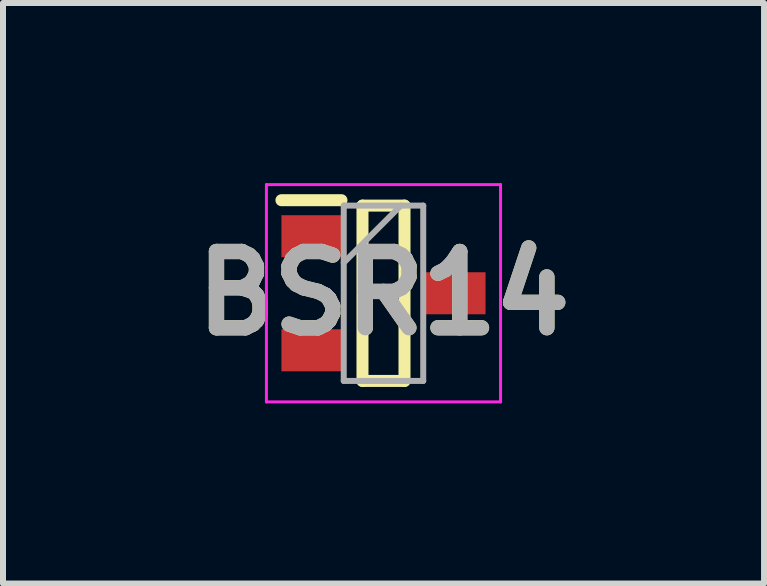
<source format=kicad_pcb>
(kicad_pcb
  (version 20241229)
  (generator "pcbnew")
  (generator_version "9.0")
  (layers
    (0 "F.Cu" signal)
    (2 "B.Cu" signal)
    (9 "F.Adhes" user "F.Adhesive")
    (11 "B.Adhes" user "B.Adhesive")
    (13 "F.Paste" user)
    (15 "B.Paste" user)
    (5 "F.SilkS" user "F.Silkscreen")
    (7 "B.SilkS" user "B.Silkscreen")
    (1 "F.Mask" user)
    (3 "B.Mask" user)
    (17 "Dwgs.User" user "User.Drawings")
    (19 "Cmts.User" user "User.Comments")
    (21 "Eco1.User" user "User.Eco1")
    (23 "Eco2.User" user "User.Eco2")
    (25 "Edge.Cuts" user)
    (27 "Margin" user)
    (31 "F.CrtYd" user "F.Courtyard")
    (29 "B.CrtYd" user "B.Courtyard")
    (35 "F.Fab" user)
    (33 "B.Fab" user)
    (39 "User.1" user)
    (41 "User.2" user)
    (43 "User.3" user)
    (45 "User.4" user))
  (footprint "BSR14"
    (layer "F.Cu")
    (at 3.338 1.835)
    (property "Reference" "BSR14" (at 0 0 0) (layer "F.SilkS") (effects (font (size 1.27 1.27) (thickness 0.254))))
    (attr smd)
    (fp_line (start -1.7 -1.55) (end -0.7 -1.55) (stroke (width 0.2) (type solid)) (layer "F.SilkS"))
    (fp_line (start -0.35 -1.46) (end 0.35 -1.46) (stroke (width 0.2) (type solid)) (layer "F.SilkS"))
    (fp_line (start -0.35 1.46) (end -0.35 -1.46) (stroke (width 0.2) (type solid)) (layer "F.SilkS"))
    (fp_line (start 0.35 -1.46) (end 0.35 1.46) (stroke (width 0.2) (type solid)) (layer "F.SilkS"))
    (fp_line (start 0.35 1.46) (end -0.35 1.46) (stroke (width 0.2) (type solid)) (layer "F.SilkS"))
    (fp_line (start -1.95 -1.81) (end 1.95 -1.81) (stroke (width 0.05) (type solid)) (layer "F.CrtYd"))
    (fp_line (start -1.95 1.81) (end -1.95 -1.81) (stroke (width 0.05) (type solid)) (layer "F.CrtYd"))
    (fp_line (start 1.95 -1.81) (end 1.95 1.81) (stroke (width 0.05) (type solid)) (layer "F.CrtYd"))
    (fp_line (start 1.95 1.81) (end -1.95 1.81) (stroke (width 0.05) (type solid)) (layer "F.CrtYd"))
    (fp_line (start -0.662 -1.46) (end 0.662 -1.46) (stroke (width 0.1) (type solid)) (layer "F.Fab"))
    (fp_line (start -0.662 -0.51) (end 0.288 -1.46) (stroke (width 0.1) (type solid)) (layer "F.Fab"))
    (fp_line (start -0.662 1.46) (end -0.662 -1.46) (stroke (width 0.1) (type solid)) (layer "F.Fab"))
    (fp_line (start 0.662 -1.46) (end 0.662 1.46) (stroke (width 0.1) (type solid)) (layer "F.Fab"))
    (fp_line (start 0.662 1.46) (end -0.662 1.46) (stroke (width 0.1) (type solid)) (layer "F.Fab"))
    (fp_text user "${REFERENCE}" (at 0 0 0) (layer "F.Fab") (effects (font (size 1.27 1.27) (thickness 0.254))))
    (pad "1" smd rect (at -1.2 -0.95 90) (size 0.7 1) (layers "F.Cu" "F.Mask" "F.Paste"))
    (pad "2" smd rect (at -1.2 0.95 90) (size 0.7 1) (layers "F.Cu" "F.Mask" "F.Paste"))
    (pad "3" smd rect (at 1.2 0 90) (size 0.7 1) (layers "F.Cu" "F.Mask" "F.Paste")))
  (gr_rect
    (start -3 -3)
    (end 9.677 6.67)
    (stroke (width 0.1) (type default))
    (fill no)
    (layer "Edge.Cuts")))
</source>
